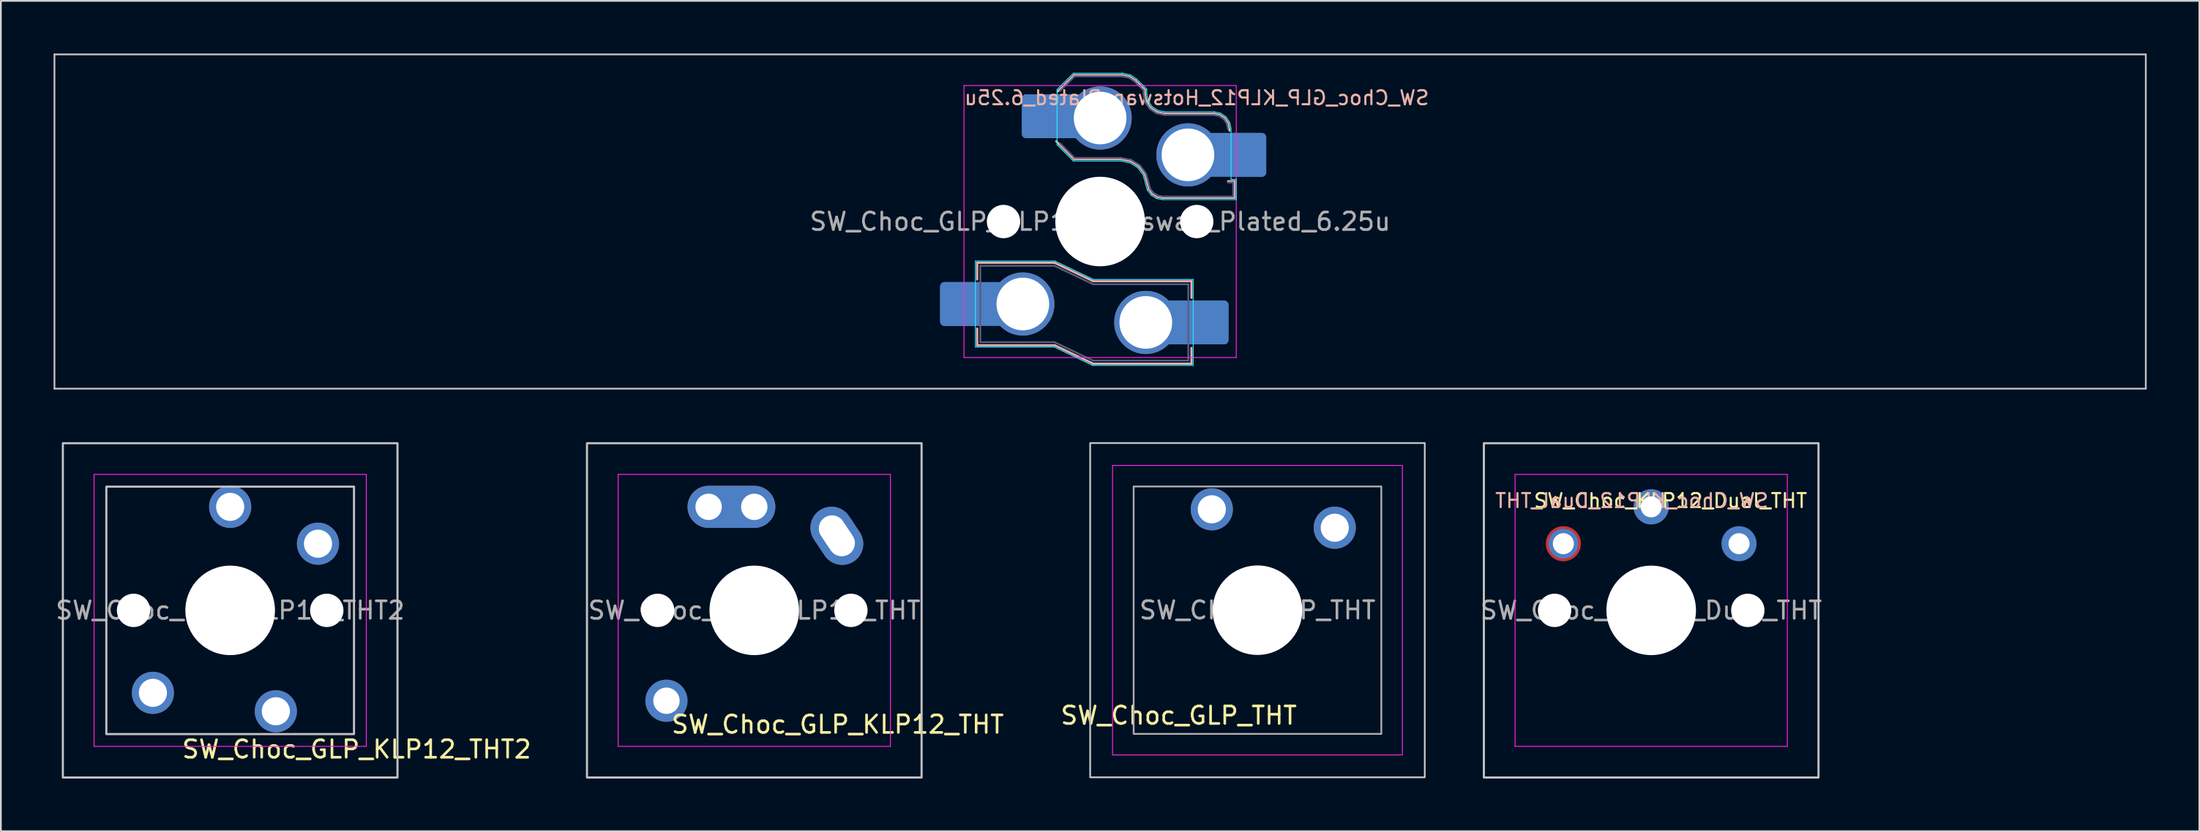
<source format=kicad_pcb>
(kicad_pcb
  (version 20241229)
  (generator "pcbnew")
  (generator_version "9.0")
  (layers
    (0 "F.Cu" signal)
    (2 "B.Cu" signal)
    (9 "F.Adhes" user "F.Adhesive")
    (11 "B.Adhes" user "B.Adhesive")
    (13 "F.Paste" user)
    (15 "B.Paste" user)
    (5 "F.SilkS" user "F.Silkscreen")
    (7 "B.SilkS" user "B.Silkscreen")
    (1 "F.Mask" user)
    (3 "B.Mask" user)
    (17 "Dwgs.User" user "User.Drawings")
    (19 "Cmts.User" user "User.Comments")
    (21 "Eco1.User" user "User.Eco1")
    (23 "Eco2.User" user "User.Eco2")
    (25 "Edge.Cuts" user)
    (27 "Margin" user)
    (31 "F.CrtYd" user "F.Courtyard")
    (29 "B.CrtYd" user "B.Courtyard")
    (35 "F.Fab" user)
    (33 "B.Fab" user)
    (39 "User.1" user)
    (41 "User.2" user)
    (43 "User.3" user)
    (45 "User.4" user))
  (footprint "SW_Choc_GLP_KLP12_THT"
    (layer "F.Cu")
    (at 39.892 31.735)
    (property "Reference" "SW_Choc_GLP_KLP12_THT" (at 4.75 6.5 0) (layer "F.SilkS") (effects (font (size 1 1) (thickness 0.15))))
    (attr smd)
    (fp_rect (start -9.525 -9.525) (end 9.525 9.525) (stroke (width 0.12) (type default)) (fill no) (layer "Dwgs.User"))
    (fp_line (start -7.75 -7.75) (end -7.75 7.75) (stroke (width 0.05) (type solid)) (layer "F.CrtYd"))
    (fp_line (start -7.75 7.75) (end 7.75 7.75) (stroke (width 0.05) (type solid)) (layer "F.CrtYd"))
    (fp_line (start 7.75 -7.75) (end -7.75 -7.75) (stroke (width 0.05) (type solid)) (layer "F.CrtYd"))
    (fp_line (start 7.75 7.75) (end 7.75 -7.75) (stroke (width 0.05) (type solid)) (layer "F.CrtYd"))
    (fp_rect (start -7.05 -7.05) (end 7.05 7.05) (stroke (width 0.12) (type default)) (fill no) (layer "User.1"))
    (fp_text user "${REFERENCE}" (at 0 0 0) (layer "F.Fab") (effects (font (size 1 1) (thickness 0.15))))
    (pad "" np_thru_hole circle (at -5.5 0) (size 1.9 1.9) (drill 1.9) (layers "*.Cu" "*.Mask"))
    (pad "" thru_hole circle (at -5 5.15) (size 2.4 2.4) (drill 1.5) (layers "*.Cu" "*.Mask"))
    (pad "" np_thru_hole circle (at 0 0) (size 5.1 5.1) (drill 5.1) (layers "*.Cu" "*.Mask"))
    (pad "" np_thru_hole circle (at 5.5 0) (size 1.9 1.9) (drill 1.9) (layers "*.Cu" "*.Mask"))
    (pad "1" thru_hole oval (at 4.7 -4.25 123.7) (size 3.5 2.4) (drill oval 2.5 1.5) (layers "*.Cu" "*.Mask"))
    (pad "2" thru_hole circle (at -2.6 -5.9 180) (size 2.4 2.4) (drill 1.5) (layers "*.Cu" "*.Mask"))
    (pad "2" smd trapezoid (at -1.3 -5.9 180) (size 2.3 2.4) (layers "B.Cu" "B.Mask"))
    (pad "2" smd trapezoid (at -1.3 -5.9 180) (size 2.6 2.4) (layers "F.Cu" "F.Mask"))
    (pad "2" thru_hole circle (at 0 -5.9) (size 2.4 2.4) (drill 1.5) (layers "*.Cu" "*.Mask")))
  (footprint "SW_Choc_GLP_KLP12_Hotswap_Plated_6.25u"
    (layer "F.Cu")
    (at 59.581 9.575)
    (property "Reference" "SW_Choc_GLP_KLP12_Hotswap_Plated_6.25u" (at 5.5 -7.05 180) (layer "B.SilkS") (effects (font (size 0.8 0.8) (thickness 0.12)) (justify mirror)))
    (attr smd)
    (fp_line (start -7 2.35) (end -7 3.3) (stroke (width 0.12) (type solid)) (layer "B.SilkS"))
    (fp_line (start -7 2.35) (end -2.6 2.35) (stroke (width 0.12) (type solid)) (layer "B.SilkS"))
    (fp_line (start -7 7.05) (end -7 6.1) (stroke (width 0.12) (type solid)) (layer "B.SilkS"))
    (fp_line (start -7 7.05) (end -2.59 7.05) (stroke (width 0.12) (type solid)) (layer "B.SilkS"))
    (fp_line (start -2.6 2.35) (end -0.4 3.4) (stroke (width 0.12) (type solid)) (layer "B.SilkS"))
    (fp_line (start -2.59 7.05) (end -0.4 8.1) (stroke (width 0.12) (type solid)) (layer "B.SilkS"))
    (fp_line (start -2.416 -7.409) (end -1.479 -8.346) (stroke (width 0.12) (type solid)) (layer "B.SilkS"))
    (fp_line (start -1.479 -8.346) (end 1.268 -8.346) (stroke (width 0.12) (type solid)) (layer "B.SilkS"))
    (fp_line (start -1.479 -3.554) (end -2.5 -4.575) (stroke (width 0.12) (type solid)) (layer "B.SilkS"))
    (fp_line (start 1.168 -3.554) (end -1.479 -3.554) (stroke (width 0.12) (type solid)) (layer "B.SilkS"))
    (fp_line (start 1.268 -8.346) (end 1.671 -8.266) (stroke (width 0.12) (type solid)) (layer "B.SilkS"))
    (fp_line (start 1.671 -8.266) (end 2.013 -8.037) (stroke (width 0.12) (type solid)) (layer "B.SilkS"))
    (fp_line (start 1.73 -3.449) (end 1.168 -3.554) (stroke (width 0.12) (type solid)) (layer "B.SilkS"))
    (fp_line (start 2.013 -8.037) (end 2.546 -7.504) (stroke (width 0.12) (type solid)) (layer "B.SilkS"))
    (fp_line (start 2.209 -3.15) (end 1.73 -3.449) (stroke (width 0.12) (type solid)) (layer "B.SilkS"))
    (fp_line (start 2.546 -7.504) (end 2.546 -7.282) (stroke (width 0.12) (type solid)) (layer "B.SilkS"))
    (fp_line (start 2.546 -7.282) (end 2.633 -6.844) (stroke (width 0.12) (type solid)) (layer "B.SilkS"))
    (fp_line (start 2.547 -2.697) (end 2.209 -3.15) (stroke (width 0.12) (type solid)) (layer "B.SilkS"))
    (fp_line (start 2.633 -6.844) (end 2.877 -6.477) (stroke (width 0.12) (type solid)) (layer "B.SilkS"))
    (fp_line (start 2.701 -2.139) (end 2.547 -2.697) (stroke (width 0.12) (type solid)) (layer "B.SilkS"))
    (fp_line (start 2.783 -1.841) (end 2.701 -2.139) (stroke (width 0.12) (type solid)) (layer "B.SilkS"))
    (fp_line (start 2.877 -6.477) (end 3.244 -6.233) (stroke (width 0.12) (type solid)) (layer "B.SilkS"))
    (fp_line (start 2.976 -1.583) (end 2.783 -1.841) (stroke (width 0.12) (type solid)) (layer "B.SilkS"))
    (fp_line (start 3.244 -6.233) (end 3.682 -6.146) (stroke (width 0.12) (type solid)) (layer "B.SilkS"))
    (fp_line (start 3.25 -1.413) (end 2.976 -1.583) (stroke (width 0.12) (type solid)) (layer "B.SilkS"))
    (fp_line (start 3.56 -1.354) (end 3.25 -1.413) (stroke (width 0.12) (type solid)) (layer "B.SilkS"))
    (fp_line (start 3.682 -6.146) (end 6.482 -6.146) (stroke (width 0.12) (type solid)) (layer "B.SilkS"))
    (fp_line (start 5.2 3.4) (end -0.4 3.4) (stroke (width 0.12) (type solid)) (layer "B.SilkS"))
    (fp_line (start 5.2 3.4) (end 5.2 4.35) (stroke (width 0.12) (type solid)) (layer "B.SilkS"))
    (fp_line (start 5.2 8.1) (end -0.4 8.1) (stroke (width 0.12) (type solid)) (layer "B.SilkS"))
    (fp_line (start 5.2 8.1) (end 5.2 7.2) (stroke (width 0.12) (type solid)) (layer "B.SilkS"))
    (fp_line (start 6.482 -6.146) (end 6.809 -6.081) (stroke (width 0.12) (type solid)) (layer "B.SilkS"))
    (fp_line (start 6.809 -6.081) (end 7.092 -5.892) (stroke (width 0.12) (type solid)) (layer "B.SilkS"))
    (fp_line (start 7.092 -5.892) (end 7.281 -5.609) (stroke (width 0.12) (type solid)) (layer "B.SilkS"))
    (fp_line (start 7.281 -5.609) (end 7.366 -5.182) (stroke (width 0.12) (type solid)) (layer "B.SilkS"))
    (fp_line (start 7.283 -2.296) (end 7.646 -2.296) (stroke (width 0.12) (type solid)) (layer "B.SilkS"))
    (fp_line (start 7.646 -2.296) (end 7.646 -1.354) (stroke (width 0.12) (type solid)) (layer "B.SilkS"))
    (fp_line (start 7.646 -1.354) (end 3.56 -1.354) (stroke (width 0.12) (type solid)) (layer "B.SilkS"))
    (fp_line (start -59.531 -9.525) (end -59.531 9.525) (stroke (width 0.1) (type default)) (layer "Dwgs.User"))
    (fp_line (start -59.531 -9.525) (end 59.531 -9.525) (stroke (width 0.1) (type solid)) (layer "Dwgs.User"))
    (fp_line (start -59.531 9.525) (end 59.531 9.525) (stroke (width 0.1) (type solid)) (layer "Dwgs.User"))
    (fp_line (start 59.531 -9.525) (end 59.531 9.525) (stroke (width 0.1) (type default)) (layer "Dwgs.User"))
    (fp_line (start -7.1 2.25) (end -7.1 7.15) (stroke (width 0.05) (type solid)) (layer "B.CrtYd"))
    (fp_line (start -7.1 2.25) (end -2.58 2.25) (stroke (width 0.05) (type solid)) (layer "B.CrtYd"))
    (fp_line (start -7.1 7.15) (end -2.615 7.15) (stroke (width 0.05) (type solid)) (layer "B.CrtYd"))
    (fp_line (start -2.615 7.15) (end -0.425 8.2) (stroke (width 0.05) (type solid)) (layer "B.CrtYd"))
    (fp_line (start -2.58 2.25) (end -0.38 3.3) (stroke (width 0.05) (type solid)) (layer "B.CrtYd"))
    (fp_line (start -2.452 -7.523) (end -1.523 -8.452) (stroke (width 0.05) (type solid)) (layer "B.CrtYd"))
    (fp_line (start -2.452 -4.377) (end -2.452 -7.523) (stroke (width 0.05) (type solid)) (layer "B.CrtYd"))
    (fp_line (start -1.523 -8.452) (end 1.278 -8.452) (stroke (width 0.05) (type solid)) (layer "B.CrtYd"))
    (fp_line (start -1.523 -3.448) (end -2.452 -4.377) (stroke (width 0.05) (type solid)) (layer "B.CrtYd"))
    (fp_line (start 1.159 -3.448) (end -1.523 -3.448) (stroke (width 0.05) (type solid)) (layer "B.CrtYd"))
    (fp_line (start 1.278 -8.452) (end 1.712 -8.366) (stroke (width 0.05) (type solid)) (layer "B.CrtYd"))
    (fp_line (start 1.691 -3.348) (end 1.159 -3.448) (stroke (width 0.05) (type solid)) (layer "B.CrtYd"))
    (fp_line (start 1.712 -8.366) (end 2.081 -8.119) (stroke (width 0.05) (type solid)) (layer "B.CrtYd"))
    (fp_line (start 2.081 -8.119) (end 2.652 -7.548) (stroke (width 0.05) (type solid)) (layer "B.CrtYd"))
    (fp_line (start 2.136 -3.071) (end 1.691 -3.348) (stroke (width 0.05) (type solid)) (layer "B.CrtYd"))
    (fp_line (start 2.45 -2.65) (end 2.136 -3.071) (stroke (width 0.05) (type solid)) (layer "B.CrtYd"))
    (fp_line (start 2.599 -2.111) (end 2.45 -2.65) (stroke (width 0.05) (type solid)) (layer "B.CrtYd"))
    (fp_line (start 2.652 -7.548) (end 2.652 -7.292) (stroke (width 0.05) (type solid)) (layer "B.CrtYd"))
    (fp_line (start 2.652 -7.292) (end 2.733 -6.885) (stroke (width 0.05) (type solid)) (layer "B.CrtYd"))
    (fp_line (start 2.687 -1.794) (end 2.599 -2.111) (stroke (width 0.05) (type solid)) (layer "B.CrtYd"))
    (fp_line (start 2.733 -6.885) (end 2.953 -6.553) (stroke (width 0.05) (type solid)) (layer "B.CrtYd"))
    (fp_line (start 2.903 -1.503) (end 2.687 -1.794) (stroke (width 0.05) (type solid)) (layer "B.CrtYd"))
    (fp_line (start 2.953 -6.553) (end 3.285 -6.333) (stroke (width 0.05) (type solid)) (layer "B.CrtYd"))
    (fp_line (start 3.211 -1.312) (end 2.903 -1.503) (stroke (width 0.05) (type solid)) (layer "B.CrtYd"))
    (fp_line (start 3.285 -6.333) (end 3.692 -6.252) (stroke (width 0.05) (type solid)) (layer "B.CrtYd"))
    (fp_line (start 3.55 -1.248) (end 3.211 -1.312) (stroke (width 0.05) (type solid)) (layer "B.CrtYd"))
    (fp_line (start 3.692 -6.252) (end 6.492 -6.252) (stroke (width 0.05) (type solid)) (layer "B.CrtYd"))
    (fp_line (start 5.3 3.3) (end -0.38 3.3) (stroke (width 0.05) (type solid)) (layer "B.CrtYd"))
    (fp_line (start 5.3 3.3) (end 5.3 8.2) (stroke (width 0.05) (type solid)) (layer "B.CrtYd"))
    (fp_line (start 5.3 8.2) (end -0.425 8.2) (stroke (width 0.05) (type solid)) (layer "B.CrtYd"))
    (fp_line (start 6.492 -6.252) (end 6.85 -6.181) (stroke (width 0.05) (type solid)) (layer "B.CrtYd"))
    (fp_line (start 6.85 -6.181) (end 7.168 -5.968) (stroke (width 0.05) (type solid)) (layer "B.CrtYd"))
    (fp_line (start 7.168 -5.968) (end 7.381 -5.65) (stroke (width 0.05) (type solid)) (layer "B.CrtYd"))
    (fp_line (start 7.381 -5.65) (end 7.452 -5.292) (stroke (width 0.05) (type solid)) (layer "B.CrtYd"))
    (fp_line (start 7.452 -5.292) (end 7.452 -2.402) (stroke (width 0.05) (type solid)) (layer "B.CrtYd"))
    (fp_line (start 7.452 -2.402) (end 7.752 -2.402) (stroke (width 0.05) (type solid)) (layer "B.CrtYd"))
    (fp_line (start 7.752 -2.402) (end 7.752 -1.248) (stroke (width 0.05) (type solid)) (layer "B.CrtYd"))
    (fp_line (start 7.752 -1.248) (end 3.55 -1.248) (stroke (width 0.05) (type solid)) (layer "B.CrtYd"))
    (fp_line (start -7.75 7.75) (end -7.75 -7.75) (stroke (width 0.05) (type solid)) (layer "F.CrtYd"))
    (fp_line (start 7.75 -7.75) (end -7.75 -7.75) (stroke (width 0.05) (type solid)) (layer "F.CrtYd"))
    (fp_line (start 7.75 -7.75) (end 7.75 7.75) (stroke (width 0.05) (type solid)) (layer "F.CrtYd"))
    (fp_line (start 7.75 7.75) (end -7.75 7.75) (stroke (width 0.05) (type solid)) (layer "F.CrtYd"))
    (fp_line (start -6.82 2.525) (end -6.82 6.875) (stroke (width 0.1) (type solid)) (layer "B.Fab"))
    (fp_line (start -6.82 2.525) (end -2.6 2.525) (stroke (width 0.1) (type solid)) (layer "B.Fab"))
    (fp_line (start -6.82 6.875) (end -2.6 6.875) (stroke (width 0.1) (type solid)) (layer "B.Fab"))
    (fp_line (start -2.6 2.525) (end -0.4 3.575) (stroke (width 0.1) (type solid)) (layer "B.Fab"))
    (fp_line (start -2.6 6.875) (end -0.4 7.925) (stroke (width 0.1) (type solid)) (layer "B.Fab"))
    (fp_line (start -2.275 -7.45) (end -1.45 -8.275) (stroke (width 0.1) (type solid)) (layer "B.Fab"))
    (fp_line (start -1.45 -8.275) (end 1.261 -8.275) (stroke (width 0.1) (type solid)) (layer "B.Fab"))
    (fp_line (start -1.45 -3.625) (end -2.275 -4.45) (stroke (width 0.1) (type solid)) (layer "B.Fab"))
    (fp_line (start 0.4 7.925) (end -0.4 7.925) (stroke (width 0.1) (type solid)) (layer "B.Fab"))
    (fp_line (start 1.175 -3.625) (end -1.45 -3.625) (stroke (width 0.1) (type solid)) (layer "B.Fab"))
    (fp_line (start 1.261 -8.275) (end 1.643 -8.199) (stroke (width 0.1) (type solid)) (layer "B.Fab"))
    (fp_line (start 1.643 -8.199) (end 1.968 -7.982) (stroke (width 0.1) (type solid)) (layer "B.Fab"))
    (fp_line (start 1.756 -3.516) (end 1.175 -3.625) (stroke (width 0.1) (type solid)) (layer "B.Fab"))
    (fp_line (start 1.968 -7.982) (end 2.475 -7.475) (stroke (width 0.1) (type solid)) (layer "B.Fab"))
    (fp_line (start 2.258 -3.203) (end 1.756 -3.516) (stroke (width 0.1) (type solid)) (layer "B.Fab"))
    (fp_line (start 2.475 -7.475) (end 2.475 -7.275) (stroke (width 0.1) (type solid)) (layer "B.Fab"))
    (fp_line (start 2.475 -7.275) (end 2.566 -6.816) (stroke (width 0.1) (type solid)) (layer "B.Fab"))
    (fp_line (start 2.566 -6.816) (end 2.826 -6.426) (stroke (width 0.1) (type solid)) (layer "B.Fab"))
    (fp_line (start 2.612 -2.729) (end 2.258 -3.203) (stroke (width 0.1) (type solid)) (layer "B.Fab"))
    (fp_line (start 2.769 -2.158) (end 2.612 -2.729) (stroke (width 0.1) (type solid)) (layer "B.Fab"))
    (fp_line (start 2.826 -6.426) (end 3.216 -6.166) (stroke (width 0.1) (type solid)) (layer "B.Fab"))
    (fp_line (start 2.848 -1.873) (end 2.769 -2.158) (stroke (width 0.1) (type solid)) (layer "B.Fab"))
    (fp_line (start 3.025 -1.636) (end 2.848 -1.873) (stroke (width 0.1) (type solid)) (layer "B.Fab"))
    (fp_line (start 3.216 -6.166) (end 3.675 -6.075) (stroke (width 0.1) (type solid)) (layer "B.Fab"))
    (fp_line (start 3.276 -1.48) (end 3.025 -1.636) (stroke (width 0.1) (type solid)) (layer "B.Fab"))
    (fp_line (start 3.567 -1.425) (end 3.276 -1.48) (stroke (width 0.1) (type solid)) (layer "B.Fab"))
    (fp_line (start 3.675 -6.075) (end 6.475 -6.075) (stroke (width 0.1) (type solid)) (layer "B.Fab"))
    (fp_line (start 5.02 3.575) (end -0.4 3.575) (stroke (width 0.1) (type solid)) (layer "B.Fab"))
    (fp_line (start 5.02 3.575) (end 5.02 7.925) (stroke (width 0.1) (type solid)) (layer "B.Fab"))
    (fp_line (start 5.02 7.925) (end 0.4 7.925) (stroke (width 0.1) (type solid)) (layer "B.Fab"))
    (fp_line (start 6.475 -6.075) (end 6.781 -6.014) (stroke (width 0.1) (type solid)) (layer "B.Fab"))
    (fp_line (start 6.781 -6.014) (end 7.041 -5.841) (stroke (width 0.1) (type solid)) (layer "B.Fab"))
    (fp_line (start 7.041 -5.841) (end 7.214 -5.581) (stroke (width 0.1) (type solid)) (layer "B.Fab"))
    (fp_line (start 7.214 -5.581) (end 7.275 -5.275) (stroke (width 0.1) (type solid)) (layer "B.Fab"))
    (fp_line (start 7.275 -2.225) (end 7.575 -2.225) (stroke (width 0.1) (type solid)) (layer "B.Fab"))
    (fp_line (start 7.575 -2.225) (end 7.575 -1.425) (stroke (width 0.1) (type solid)) (layer "B.Fab"))
    (fp_line (start 7.575 -1.425) (end 3.567 -1.425) (stroke (width 0.1) (type solid)) (layer "B.Fab"))
    (fp_rect (start -7.05 -7.05) (end 7.05 7.05) (stroke (width 0.12) (type default)) (fill no) (layer "User.1"))
    (fp_text user "${REFERENCE}" (at 0 0 0) (layer "F.Fab") (effects (font (size 1 1) (thickness 0.15))))
    (pad "" np_thru_hole circle (at -5.5 0) (size 1.9 1.9) (drill 1.9) (layers "*.Cu" "*.Mask"))
    (pad "" np_thru_hole circle (at 0 0) (size 5.1 5.1) (drill 5.1) (layers "*.Cu" "*.Mask"))
    (pad "" np_thru_hole circle (at 5.5 0) (size 1.9 1.9) (drill 1.9) (layers "*.Cu" "*.Mask"))
    (pad "1" thru_hole circle (at 2.6 5.75) (size 3.6 3.6) (drill 3) (layers "*.Cu" "*.Mask"))
    (pad "1" thru_hole circle (at 5 -3.8) (size 3.6 3.6) (drill 3) (layers "*.Cu" "*.Mask"))
    (pad "1" smd roundrect (at 5.383 5.75) (size 3.85 2.5) (layers "B.Cu") (roundrect_rratio 0.1))
    (pad "1" smd roundrect (at 6.229 5.75) (size 2.159 2.5) (layers "B.Cu" "B.Mask" "B.Paste") (roundrect_rratio 0.116))
    (pad "1" smd roundrect (at 7.53 -3.8) (size 3.85 2.5) (layers "B.Cu") (roundrect_rratio 0.1))
    (pad "1" smd roundrect (at 8.376 -3.8) (size 2.159 2.5) (layers "B.Cu" "B.Mask" "B.Paste") (roundrect_rratio 0.116))
    (pad "2" smd roundrect (at -8.03 4.7) (size 2.159 2.5) (layers "B.Cu" "B.Mask" "B.Paste") (roundrect_rratio 0.116))
    (pad "2" smd roundrect (at -7.185 4.699) (size 3.85 2.5) (layers "B.Cu") (roundrect_rratio 0.1))
    (pad "2" thru_hole circle (at -4.4 4.7) (size 3.6 3.6) (drill 3) (layers "*.Cu" "*.Mask"))
    (pad "2" smd roundrect (at -3.381 -6) (size 2.159 2.5) (layers "B.Cu" "B.Mask" "B.Paste") (roundrect_rratio 0.116))
    (pad "2" smd roundrect (at -2.535 -6) (size 3.85 2.5) (layers "B.Cu") (roundrect_rratio 0.1))
    (pad "2" thru_hole circle (at 0 -5.9) (size 3.6 3.6) (drill 3) (layers "*.Cu" "*.Mask")))
  (footprint "SW_Choc_GLP_KLP12_THT2"
    (layer "F.Cu")
    (at 10.054 31.735)
    (property "Reference" "SW_Choc_GLP_KLP12_THT2" (at 7.2 8.5 0) (layer "F.SilkS") (effects (font (size 1 1) (thickness 0.15)) (justify bottom)))
    (attr through_hole)
    (fp_rect (start -9.525 -9.525) (end 9.525 9.525) (stroke (width 0.12) (type default)) (fill no) (layer "Dwgs.User"))
    (fp_rect (start -7.05 -7.05) (end 7.05 7.05) (stroke (width 0.12) (type solid)) (fill no) (layer "Dwgs.User"))
    (fp_line (start -7.75 -7.75) (end -7.75 7.75) (stroke (width 0.05) (type solid)) (layer "F.CrtYd"))
    (fp_line (start -7.75 7.75) (end 7.75 7.75) (stroke (width 0.05) (type solid)) (layer "F.CrtYd"))
    (fp_line (start 7.75 -7.75) (end -7.75 -7.75) (stroke (width 0.05) (type solid)) (layer "F.CrtYd"))
    (fp_line (start 7.75 7.75) (end 7.75 -7.75) (stroke (width 0.05) (type solid)) (layer "F.CrtYd"))
    (fp_text user "${REFERENCE}" (at 0 0 0) (layer "F.Fab") (effects (font (size 1 1) (thickness 0.15))))
    (pad "" np_thru_hole circle (at -5.5 0) (size 1.9 1.9) (drill 1.9) (layers "*.Cu" "*.Mask"))
    (pad "" np_thru_hole circle (at 0 0) (size 5.1 5.1) (drill 5.1) (layers "*.Cu" "*.Mask"))
    (pad "" np_thru_hole circle (at 5.5 0) (size 1.9 1.9) (drill 1.9) (layers "*.Cu" "*.Mask"))
    (pad "1" thru_hole circle (at 2.6 5.75) (size 2.4 2.4) (drill 1.6) (layers "*.Cu" "*.Mask"))
    (pad "1" thru_hole circle (at 5 -3.8) (size 2.4 2.4) (drill 1.6) (layers "*.Cu" "*.Mask"))
    (pad "2" thru_hole circle (at -4.4 4.7) (size 2.4 2.4) (drill 1.6) (layers "*.Cu" "*.Mask"))
    (pad "2" thru_hole circle (at 0 -5.9) (size 2.4 2.4) (drill 1.6) (layers "*.Cu" "*.Mask")))
  (footprint "SW_Choc_KLP12_Dual_THT"
    (layer "F.Cu")
    (at 90.953 31.735)
    (property "Reference" "SW_Choc_KLP12_Dual_THT" (at -6.75 -6.25 180) (layer "F.SilkS") (effects (font (size 0.8 0.8) (thickness 0.12)) (justify left)))
    (property "Reference2" "${REFERENCE}" (at 6.75 -6.25 180) (layer "B.SilkS") (effects (font (size 0.8 0.8) (thickness 0.12)) (justify left mirror)))
    (attr through_hole)
    (fp_rect (start -9.525 -9.525) (end 9.525 9.525) (stroke (width 0.12) (type default)) (fill no) (layer "Dwgs.User"))
    (fp_line (start -7.75 -7.75) (end -7.75 7.75) (stroke (width 0.05) (type solid)) (layer "F.CrtYd"))
    (fp_line (start -7.75 7.75) (end 7.75 7.75) (stroke (width 0.05) (type solid)) (layer "F.CrtYd"))
    (fp_line (start 7.75 -7.75) (end -7.75 -7.75) (stroke (width 0.05) (type solid)) (layer "F.CrtYd"))
    (fp_line (start 7.75 7.75) (end 7.75 -7.75) (stroke (width 0.05) (type solid)) (layer "F.CrtYd"))
    (fp_rect (start -7.05 -7.05) (end 7.05 7.05) (stroke (width 0.12) (type default)) (fill no) (layer "User.1"))
    (fp_text user "${REFERENCE}" (at 0 0 180) (layer "F.Fab") (effects (font (size 1 1) (thickness 0.15))))
    (pad "" np_thru_hole circle (at -5.5 0 180) (size 1.9 1.9) (drill 1.9) (layers "*.Cu" "*.Mask"))
    (pad "" np_thru_hole circle (at 0 0) (size 5.1 5.1) (drill 5.1) (layers "*.Cu" "*.Mask"))
    (pad "" np_thru_hole circle (at 5.5 0 180) (size 1.9 1.9) (drill 1.9) (layers "*.Cu" "*.Mask"))
    (pad "1" thru_hole circle (at -5 -3.8) (size 1.7 1.7) (drill 1.2) (layers "*.Cu" "F.Mask"))
    (pad "1" smd circle (at -5 -3.8) (size 2 2) (layers "F.Cu" "F.Mask"))
    (pad "1" thru_hole circle (at 5 -3.8) (size 1.7 1.7) (drill 1.2) (layers "*.Cu" "B.Mask"))
    (pad "1" smd circle (at 5 -3.8) (size 2 2) (layers "B.Cu" "B.Mask"))
    (pad "2" thru_hole circle (at 0 -5.9) (size 2 2) (drill 1.2) (layers "*.Cu" "*.Mask")))
  (footprint "SW_Choc_GLP_THT"
    (layer "F.Cu")
    (at 68.539 31.725)
    (property "Reference" "SW_Choc_GLP_THT" (at -4.48 6 0) (unlocked yes) (layer "F.SilkS") (effects (font (size 1 1) (thickness 0.15))))
    (attr through_hole)
    (fp_rect (start -9.525 9.525) (end 9.525 -9.525) (stroke (width 0.1) (type solid)) (fill no) (layer "Dwgs.User"))
    (fp_rect (start -8.25 8.25) (end 8.25 -8.25) (stroke (width 0.05) (type solid)) (fill no) (layer "F.CrtYd"))
    (fp_rect (start -7.05 7.05) (end 7.05 -7.05) (stroke (width 0.1) (type solid)) (fill no) (layer "F.Fab"))
    (fp_text user "${REFERENCE}" (at 0 0 0) (unlocked yes) (layer "F.Fab") (effects (font (size 1 1) (thickness 0.15))))
    (pad "" np_thru_hole circle (at 0 0 180) (size 5.1 5.1) (drill 5.1) (layers "*.Cu" "*.Mask"))
    (pad "1" thru_hole circle (at 4.4 -4.7 180) (size 2.4 2.4) (drill 1.6) (layers "*.Cu" "*.Mask"))
    (pad "2" thru_hole circle (at -2.6 -5.75 180) (size 2.4 2.4) (drill 1.6) (layers "*.Cu" "*.Mask")))
  (gr_rect
    (start -3 -3)
    (end 122.162 44.32)
    (stroke (width 0.1) (type default))
    (fill no)
    (layer "Edge.Cuts")))
</source>
